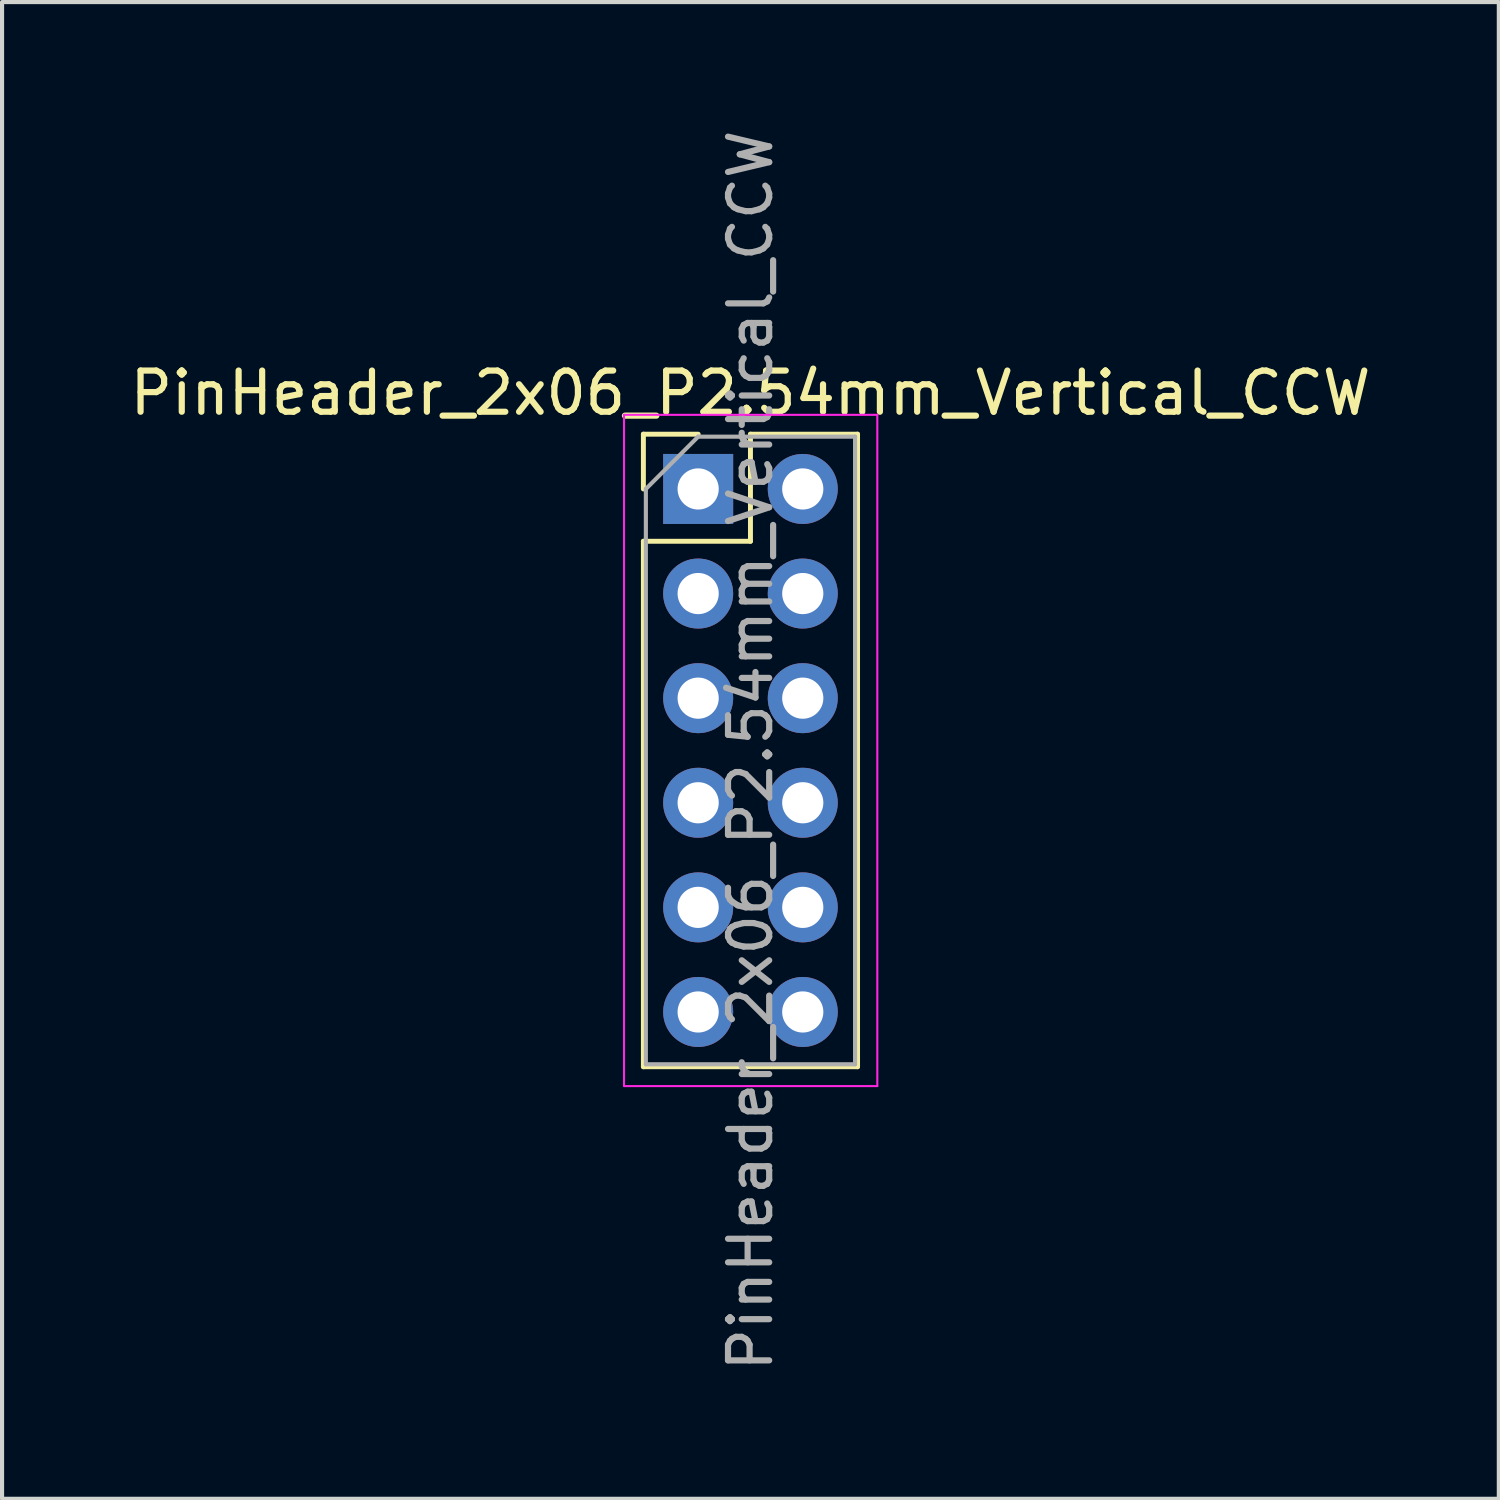
<source format=kicad_pcb>
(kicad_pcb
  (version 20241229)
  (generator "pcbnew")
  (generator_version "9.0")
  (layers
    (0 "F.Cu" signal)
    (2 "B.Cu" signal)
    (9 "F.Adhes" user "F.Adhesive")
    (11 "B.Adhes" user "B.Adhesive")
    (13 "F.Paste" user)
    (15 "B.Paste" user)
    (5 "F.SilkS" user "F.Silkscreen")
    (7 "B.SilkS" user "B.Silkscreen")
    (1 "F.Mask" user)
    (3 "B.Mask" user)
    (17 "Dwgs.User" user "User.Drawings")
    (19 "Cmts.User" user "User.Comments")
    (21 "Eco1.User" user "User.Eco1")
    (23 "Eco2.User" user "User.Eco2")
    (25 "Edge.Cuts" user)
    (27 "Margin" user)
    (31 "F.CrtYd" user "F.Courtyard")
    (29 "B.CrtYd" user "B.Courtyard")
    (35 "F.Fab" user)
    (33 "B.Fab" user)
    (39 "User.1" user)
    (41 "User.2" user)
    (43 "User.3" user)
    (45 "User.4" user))
  (footprint "PinHeader_2x06_P2.54mm_Vertical_CCW"
    (layer "F.Cu")
    (at 13.903 8.823)
    (property "Reference" "PinHeader_2x06_P2.54mm_Vertical_CCW" (at 1.27 -2.33 0) (layer "F.SilkS") (effects (font (size 1 1) (thickness 0.15))))
    (attr through_hole)
    (fp_line (start -1.33 -1.33) (end 0 -1.33) (stroke (width 0.12) (type solid)) (layer "F.SilkS"))
    (fp_line (start -1.33 0) (end -1.33 -1.33) (stroke (width 0.12) (type solid)) (layer "F.SilkS"))
    (fp_line (start -1.33 1.27) (end -1.33 14.03) (stroke (width 0.12) (type solid)) (layer "F.SilkS"))
    (fp_line (start -1.33 1.27) (end 1.27 1.27) (stroke (width 0.12) (type solid)) (layer "F.SilkS"))
    (fp_line (start -1.33 14.03) (end 3.87 14.03) (stroke (width 0.12) (type solid)) (layer "F.SilkS"))
    (fp_line (start 1.27 -1.33) (end 3.87 -1.33) (stroke (width 0.12) (type solid)) (layer "F.SilkS"))
    (fp_line (start 1.27 1.27) (end 1.27 -1.33) (stroke (width 0.12) (type solid)) (layer "F.SilkS"))
    (fp_line (start 3.87 -1.33) (end 3.87 14.03) (stroke (width 0.12) (type solid)) (layer "F.SilkS"))
    (fp_line (start -1.8 -1.8) (end -1.8 14.5) (stroke (width 0.05) (type solid)) (layer "F.CrtYd"))
    (fp_line (start -1.8 14.5) (end 4.35 14.5) (stroke (width 0.05) (type solid)) (layer "F.CrtYd"))
    (fp_line (start 4.35 -1.8) (end -1.8 -1.8) (stroke (width 0.05) (type solid)) (layer "F.CrtYd"))
    (fp_line (start 4.35 14.5) (end 4.35 -1.8) (stroke (width 0.05) (type solid)) (layer "F.CrtYd"))
    (fp_line (start -1.27 0) (end 0 -1.27) (stroke (width 0.1) (type solid)) (layer "F.Fab"))
    (fp_line (start -1.27 13.97) (end -1.27 0) (stroke (width 0.1) (type solid)) (layer "F.Fab"))
    (fp_line (start 0 -1.27) (end 3.81 -1.27) (stroke (width 0.1) (type solid)) (layer "F.Fab"))
    (fp_line (start 3.81 -1.27) (end 3.81 13.97) (stroke (width 0.1) (type solid)) (layer "F.Fab"))
    (fp_line (start 3.81 13.97) (end -1.27 13.97) (stroke (width 0.1) (type solid)) (layer "F.Fab"))
    (fp_text user "${REFERENCE}" (at 1.27 6.35 90) (layer "F.Fab") (effects (font (size 1 1) (thickness 0.15))))
    (pad "1" thru_hole rect (at 0 0) (size 1.7 1.7) (drill 1) (layers "*.Cu" "*.Mask"))
    (pad "2" thru_hole oval (at 0 2.54) (size 1.7 1.7) (drill 1) (layers "*.Cu" "*.Mask"))
    (pad "3" thru_hole oval (at 0 5.08) (size 1.7 1.7) (drill 1) (layers "*.Cu" "*.Mask"))
    (pad "4" thru_hole oval (at 0 7.62) (size 1.7 1.7) (drill 1) (layers "*.Cu" "*.Mask"))
    (pad "5" thru_hole oval (at 0 10.16) (size 1.7 1.7) (drill 1) (layers "*.Cu" "*.Mask"))
    (pad "6" thru_hole oval (at 0 12.7) (size 1.7 1.7) (drill 1) (layers "*.Cu" "*.Mask"))
    (pad "7" thru_hole oval (at 2.54 12.7) (size 1.7 1.7) (drill 1) (layers "*.Cu" "*.Mask"))
    (pad "8" thru_hole oval (at 2.54 10.16) (size 1.7 1.7) (drill 1) (layers "*.Cu" "*.Mask"))
    (pad "9" thru_hole oval (at 2.54 7.62) (size 1.7 1.7) (drill 1) (layers "*.Cu" "*.Mask"))
    (pad "10" thru_hole oval (at 2.54 5.08) (size 1.7 1.7) (drill 1) (layers "*.Cu" "*.Mask"))
    (pad "11" thru_hole oval (at 2.54 2.54) (size 1.7 1.7) (drill 1) (layers "*.Cu" "*.Mask"))
    (pad "12" thru_hole oval (at 2.54 0) (size 1.7 1.7) (drill 1) (layers "*.Cu" "*.Mask")))
  (gr_rect
    (start -3 -3)
    (end 33.345 33.345)
    (stroke (width 0.1) (type default))
    (fill no)
    (layer "Edge.Cuts")))
</source>
